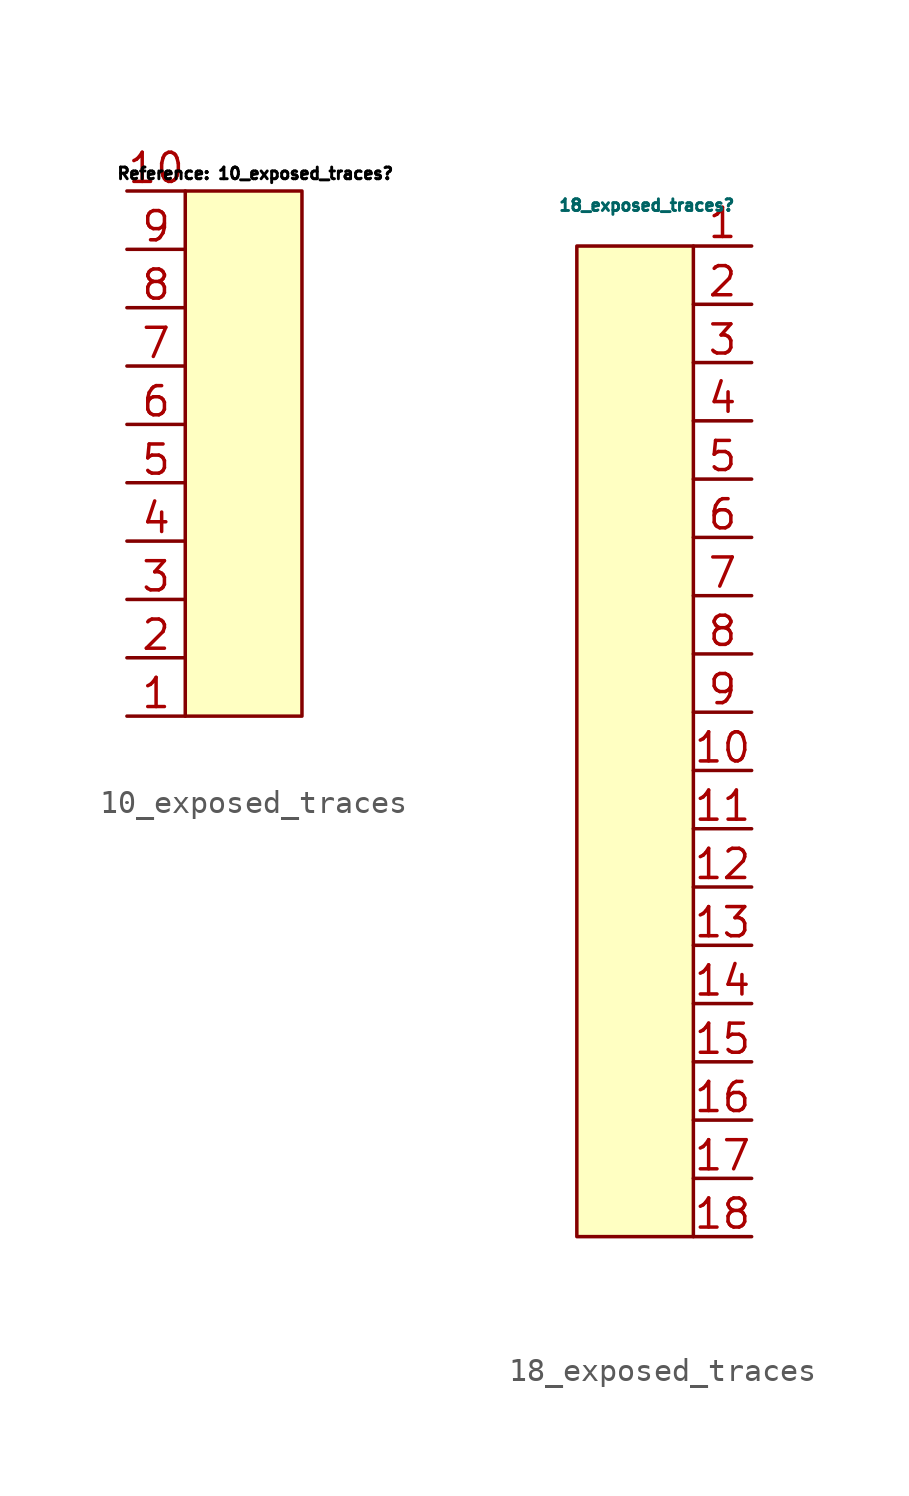
<source format=kicad_sym>
(kicad_symbol_lib
  (version 20241209)
  (generator "kicad_symbol_editor")
  (generator_version "9.0")
  (symbol "10_exposed_traces"
    (property "Reference" "10_exposed_traces"
      (at 0.508 8.382 0)
      (show_name)
      (effects (font (face "KiCad Font") (size 0.508 0.508) (color 0 0 0 1))))
    (property "Value" ""
      (at 0 0 0)
      (effects (font (size 1.27 1.27))))
    (symbol "10_exposed_traces_1_1"
      (rectangle (start -2.54 -15.24) (end 2.54 7.62) (stroke (width 0) (type solid)) (fill (type background)))
      (pin input line (at -5.08 7.62 0) (length 2.54) (name "" (effects (font (size 1.27 1.27)))) (number "10" (effects (font (size 1.27 1.27)))))
      (pin input line (at -5.08 5.08 0) (length 2.54) (name "" (effects (font (size 1.27 1.27)))) (number "9" (effects (font (size 1.27 1.27)))))
      (pin input line (at -5.08 2.54 0) (length 2.54) (name "" (effects (font (size 1.27 1.27)))) (number "8" (effects (font (size 1.27 1.27)))))
      (pin input line (at -5.08 0 0) (length 2.54) (name "" (effects (font (size 1.27 1.27)))) (number "7" (effects (font (size 1.27 1.27)))))
      (pin input line (at -5.08 -2.54 0) (length 2.54) (name "" (effects (font (size 1.27 1.27)))) (number "6" (effects (font (size 1.27 1.27)))))
      (pin input line (at -5.08 -5.08 0) (length 2.54) (name "" (effects (font (size 1.27 1.27)))) (number "5" (effects (font (size 1.27 1.27)))))
      (pin input line (at -5.08 -7.62 0) (length 2.54) (name "" (effects (font (size 1.27 1.27)))) (number "4" (effects (font (size 1.27 1.27)))))
      (pin input line (at -5.08 -10.16 0) (length 2.54) (name "" (effects (font (size 1.27 1.27)))) (number "3" (effects (font (size 1.27 1.27)))))
      (pin input line (at -5.08 -12.7 0) (length 2.54) (name "" (effects (font (size 1.27 1.27)))) (number "2" (effects (font (size 1.27 1.27)))))
      (pin input line (at -5.08 -15.24 0) (length 2.54) (name "" (effects (font (size 1.27 1.27)))) (number "1" (effects (font (size 1.27 1.27)))))))
  (symbol "18_exposed_traces"
    (property "Reference" "18_exposed_traces"
      (at -0.762 8.128 0)
      (effects (font (size 0.508 0.508))))
    (property "Value" ""
      (at 0 0 0)
      (effects (font (size 1.27 1.27))))
    (symbol "18_exposed_traces_1_1"
      (rectangle (start -3.81 -36.83) (end 1.27 6.35) (stroke (width 0) (type solid)) (fill (type background)))
      (pin input line (at 3.81 6.35 180) (length 2.54) (name "" (effects (font (size 1.27 1.27)))) (number "1" (effects (font (size 1.27 1.27)))))
      (pin input line (at 3.81 3.81 180) (length 2.54) (name "" (effects (font (size 1.27 1.27)))) (number "2" (effects (font (size 1.27 1.27)))))
      (pin input line (at 3.81 1.27 180) (length 2.54) (name "" (effects (font (size 1.27 1.27)))) (number "3" (effects (font (size 1.27 1.27)))))
      (pin input line (at 3.81 -1.27 180) (length 2.54) (name "" (effects (font (size 1.27 1.27)))) (number "4" (effects (font (size 1.27 1.27)))))
      (pin input line (at 3.81 -3.81 180) (length 2.54) (name "" (effects (font (size 1.27 1.27)))) (number "5" (effects (font (size 1.27 1.27)))))
      (pin input line (at 3.81 -6.35 180) (length 2.54) (name "" (effects (font (size 1.27 1.27)))) (number "6" (effects (font (size 1.27 1.27)))))
      (pin input line (at 3.81 -8.89 180) (length 2.54) (name "" (effects (font (size 1.27 1.27)))) (number "7" (effects (font (size 1.27 1.27)))))
      (pin input line (at 3.81 -11.43 180) (length 2.54) (name "" (effects (font (size 1.27 1.27)))) (number "8" (effects (font (size 1.27 1.27)))))
      (pin input line (at 3.81 -13.97 180) (length 2.54) (name "" (effects (font (size 1.27 1.27)))) (number "9" (effects (font (size 1.27 1.27)))))
      (pin input line (at 3.81 -16.51 180) (length 2.54) (name "" (effects (font (size 1.27 1.27)))) (number "10" (effects (font (size 1.27 1.27)))))
      (pin input line (at 3.81 -19.05 180) (length 2.54) (name "" (effects (font (size 1.27 1.27)))) (number "11" (effects (font (size 1.27 1.27)))))
      (pin input line (at 3.81 -21.59 180) (length 2.54) (name "" (effects (font (size 1.27 1.27)))) (number "12" (effects (font (size 1.27 1.27)))))
      (pin input line (at 3.81 -24.13 180) (length 2.54) (name "" (effects (font (size 1.27 1.27)))) (number "13" (effects (font (size 1.27 1.27)))))
      (pin input line (at 3.81 -26.67 180) (length 2.54) (name "" (effects (font (size 1.27 1.27)))) (number "14" (effects (font (size 1.27 1.27)))))
      (pin input line (at 3.81 -29.21 180) (length 2.54) (name "" (effects (font (size 1.27 1.27)))) (number "15" (effects (font (size 1.27 1.27)))))
      (pin input line (at 3.81 -31.75 180) (length 2.54) (name "" (effects (font (size 1.27 1.27)))) (number "16" (effects (font (size 1.27 1.27)))))
      (pin input line (at 3.81 -34.29 180) (length 2.54) (name "" (effects (font (size 1.27 1.27)))) (number "17" (effects (font (size 1.27 1.27)))))
      (pin input line (at 3.81 -36.83 180) (length 2.54) (name "" (effects (font (size 1.27 1.27)))) (number "18" (effects (font (size 1.27 1.27))))))))
</source>
